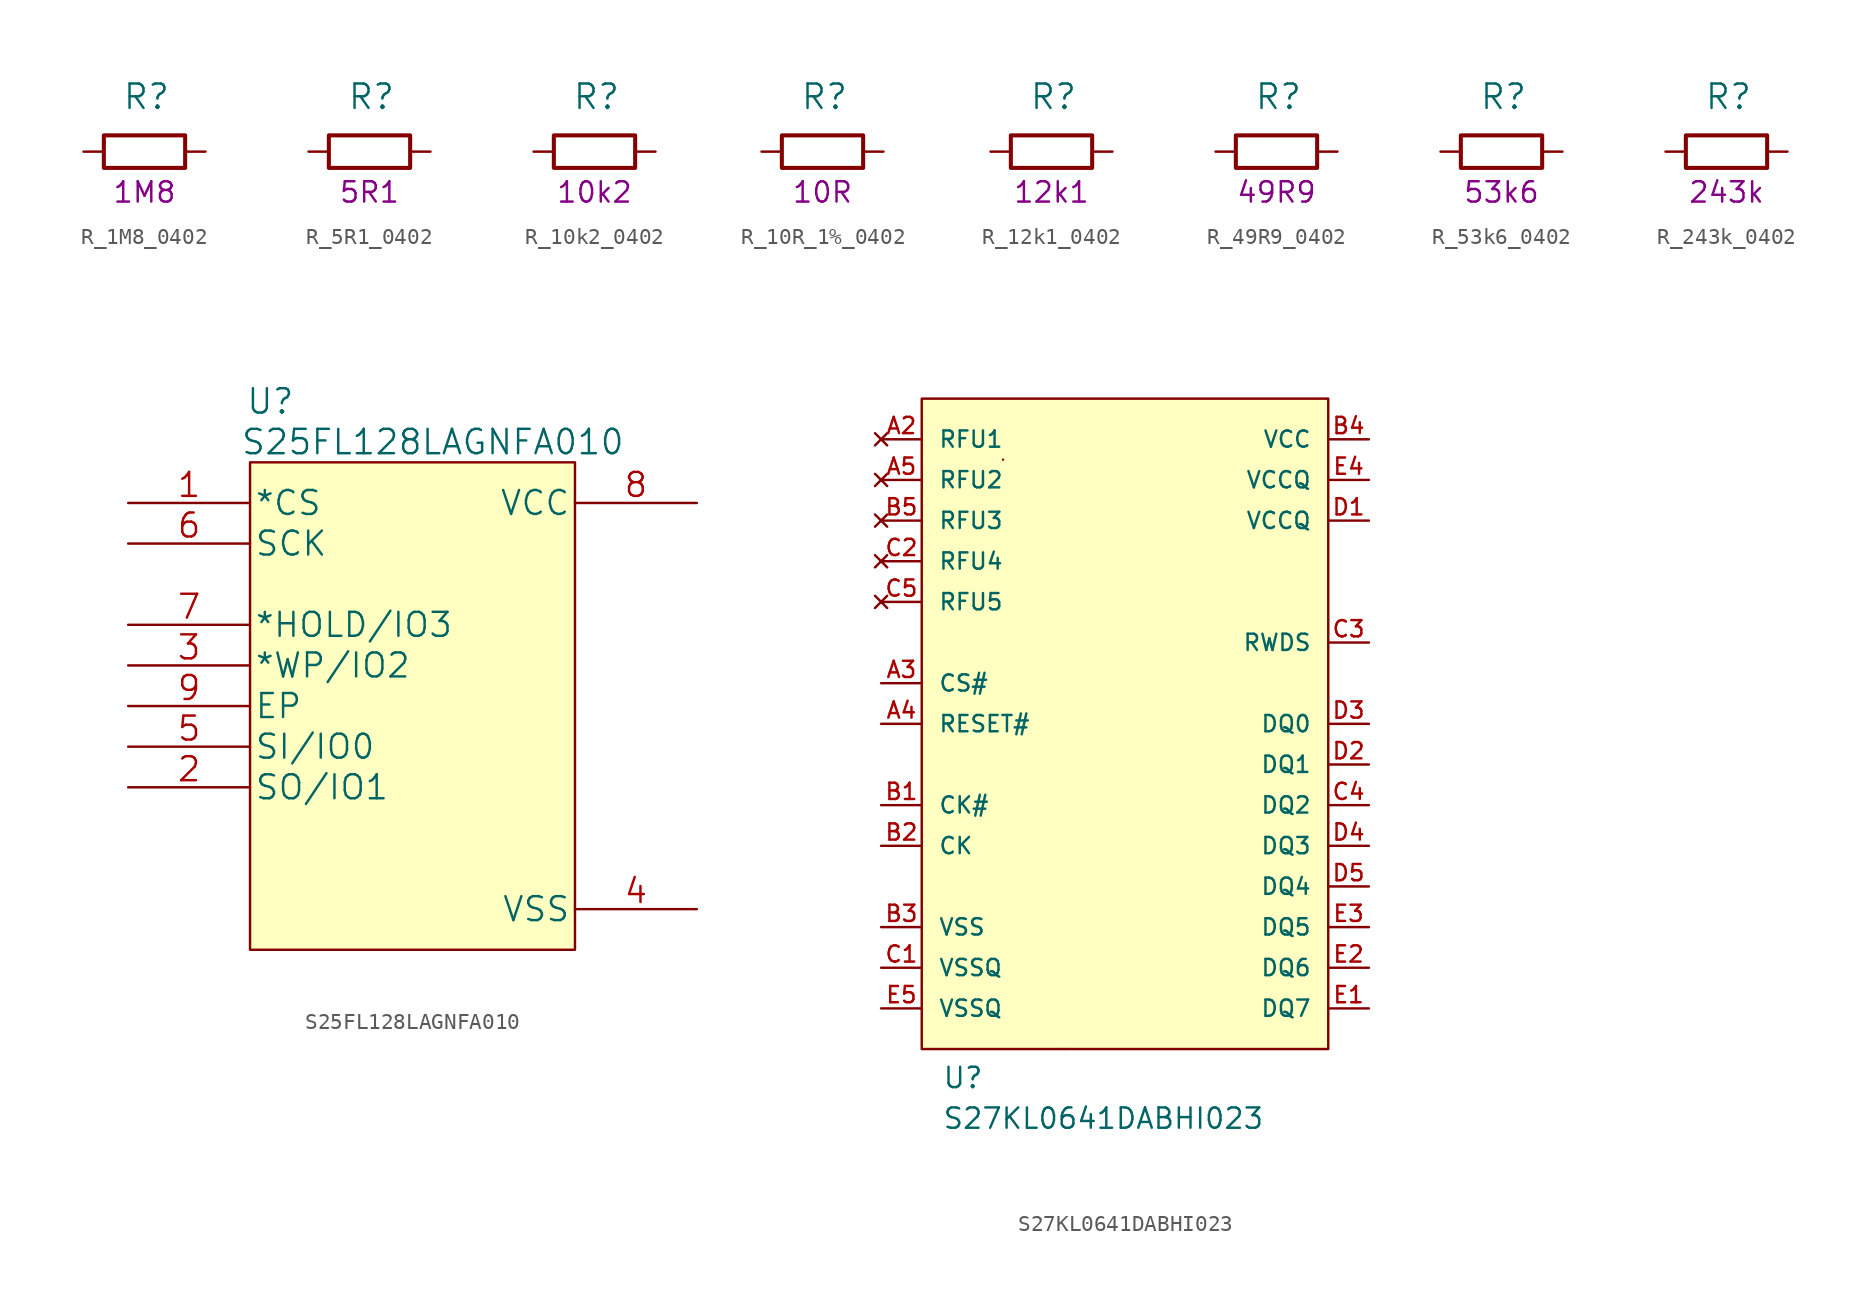
<source format=kicad_sym>
(kicad_symbol_lib
  (version 20211014)
  (generator kicad_symbol_editor)
  (symbol "R_1M8_0402"
    (pin_names
      (offset 0))
    (property "Reference" "R"
      (at -1.397 3.429 0)
      (effects (font (size 1.524 1.524)) (justify left)))
    (property "Val" "1M8"
      (at 0 -2.54 0)
      (effects (font (size 1.27 1.27))))
    (symbol "R_1M8_0402_1_1"
      (rectangle (start 2.54 -1.016) (end -2.54 1.016) (stroke (width 0.254) (type default) (color 0 0 0 0)) (fill (type none)))
      (pin passive line (at -3.81 0 0) (length 1.27) (name "~" (effects (font (size 0 0)))) (number "1" (effects (font (size 0 0)))))
      (pin passive line (at 3.81 0 180) (length 1.27) (name "~" (effects (font (size 0 0)))) (number "2" (effects (font (size 0 0)))))))
  (symbol "R_5R1_0402"
    (pin_names
      (offset 0))
    (property "Reference" "R"
      (at -1.397 3.429 0)
      (effects (font (size 1.524 1.524)) (justify left)))
    (property "Val" "5R1"
      (at 0 -2.54 0)
      (effects (font (size 1.27 1.27))))
    (symbol "R_5R1_0402_1_1"
      (rectangle (start 2.54 -1.016) (end -2.54 1.016) (stroke (width 0.254) (type default) (color 0 0 0 0)) (fill (type none)))
      (pin passive line (at -3.81 0 0) (length 1.27) (name "~" (effects (font (size 0 0)))) (number "1" (effects (font (size 0 0)))))
      (pin passive line (at 3.81 0 180) (length 1.27) (name "~" (effects (font (size 0 0)))) (number "2" (effects (font (size 0 0)))))))
  (symbol "R_10k2_0402"
    (pin_names
      (offset 0))
    (property "Reference" "R"
      (at -1.397 3.429 0)
      (effects (font (size 1.524 1.524)) (justify left)))
    (property "Val" "10k2"
      (at 0 -2.54 0)
      (effects (font (size 1.27 1.27))))
    (symbol "R_10k2_0402_1_1"
      (rectangle (start 2.54 -1.016) (end -2.54 1.016) (stroke (width 0.254) (type default) (color 0 0 0 0)) (fill (type none)))
      (pin passive line (at -3.81 0 0) (length 1.27) (name "~" (effects (font (size 0 0)))) (number "1" (effects (font (size 0 0)))))
      (pin passive line (at 3.81 0 180) (length 1.27) (name "~" (effects (font (size 0 0)))) (number "2" (effects (font (size 0 0)))))))
  (symbol "R_10R_1%_0402"
    (pin_names
      (offset 0))
    (property "Reference" "R"
      (at -1.397 3.429 0)
      (effects (font (size 1.524 1.524)) (justify left)))
    (property "Val" "10R"
      (at 0 -2.54 0)
      (effects (font (size 1.27 1.27))))
    (symbol "R_10R_1%_0402_1_1"
      (rectangle (start 2.54 -1.016) (end -2.54 1.016) (stroke (width 0.254) (type default) (color 0 0 0 0)) (fill (type none)))
      (pin passive line (at -3.81 0 0) (length 1.27) (name "~" (effects (font (size 0 0)))) (number "1" (effects (font (size 0 0)))))
      (pin passive line (at 3.81 0 180) (length 1.27) (name "~" (effects (font (size 0 0)))) (number "2" (effects (font (size 0 0)))))))
  (symbol "R_12k1_0402"
    (pin_names
      (offset 0))
    (property "Reference" "R"
      (at -1.397 3.429 0)
      (effects (font (size 1.524 1.524)) (justify left)))
    (property "Val" "12k1"
      (at 0 -2.54 0)
      (effects (font (size 1.27 1.27))))
    (symbol "R_12k1_0402_1_1"
      (rectangle (start 2.54 -1.016) (end -2.54 1.016) (stroke (width 0.254) (type default) (color 0 0 0 0)) (fill (type none)))
      (pin passive line (at -3.81 0 0) (length 1.27) (name "~" (effects (font (size 0 0)))) (number "1" (effects (font (size 0 0)))))
      (pin passive line (at 3.81 0 180) (length 1.27) (name "~" (effects (font (size 0 0)))) (number "2" (effects (font (size 0 0)))))))
  (symbol "R_49R9_0402"
    (pin_names
      (offset 0))
    (property "Reference" "R"
      (at -1.397 3.429 0)
      (effects (font (size 1.524 1.524)) (justify left)))
    (property "Val" "49R9"
      (at 0 -2.54 0)
      (effects (font (size 1.27 1.27))))
    (symbol "R_49R9_0402_1_1"
      (rectangle (start 2.54 -1.016) (end -2.54 1.016) (stroke (width 0.254) (type default) (color 0 0 0 0)) (fill (type none)))
      (pin passive line (at -3.81 0 0) (length 1.27) (name "~" (effects (font (size 0 0)))) (number "1" (effects (font (size 0 0)))))
      (pin passive line (at 3.81 0 180) (length 1.27) (name "~" (effects (font (size 0 0)))) (number "2" (effects (font (size 0 0)))))))
  (symbol "R_53k6_0402"
    (pin_names
      (offset 0))
    (property "Reference" "R"
      (at -1.397 3.429 0)
      (effects (font (size 1.524 1.524)) (justify left)))
    (property "Val" "53k6"
      (at 0 -2.54 0)
      (effects (font (size 1.27 1.27))))
    (symbol "R_53k6_0402_1_1"
      (rectangle (start 2.54 -1.016) (end -2.54 1.016) (stroke (width 0.254) (type default) (color 0 0 0 0)) (fill (type none)))
      (pin passive line (at -3.81 0 0) (length 1.27) (name "~" (effects (font (size 0 0)))) (number "1" (effects (font (size 0 0)))))
      (pin passive line (at 3.81 0 180) (length 1.27) (name "~" (effects (font (size 0 0)))) (number "2" (effects (font (size 0 0)))))))
  (symbol "R_243k_0402"
    (pin_names
      (offset 0))
    (property "Reference" "R"
      (at -1.397 3.429 0)
      (effects (font (size 1.524 1.524)) (justify left)))
    (property "Val" "243k"
      (at 0 -2.54 0)
      (effects (font (size 1.27 1.27))))
    (symbol "R_243k_0402_1_1"
      (rectangle (start 2.54 -1.016) (end -2.54 1.016) (stroke (width 0.254) (type default) (color 0 0 0 0)) (fill (type none)))
      (pin passive line (at -3.81 0 0) (length 1.27) (name "~" (effects (font (size 0 0)))) (number "1" (effects (font (size 0 0)))))
      (pin passive line (at 3.81 0 180) (length 1.27) (name "~" (effects (font (size 0 0)))) (number "2" (effects (font (size 0 0)))))))
  (symbol "S25FL128LAGNFA010"
    (pin_names
      (offset 0.254))
    (property "Reference" "U"
      (at 8.89 6.35 0)
      (effects (font (size 1.524 1.524))))
    (property "Value" "S25FL128LAGNFA010"
      (at 19.05 3.81 0)
      (effects (font (size 1.524 1.524))))
    (symbol "S25FL128LAGNFA010_1_1"
      (rectangle (start 7.62 2.54) (end 27.94 -27.94) (stroke (width 0) (type default) (color 0 0 0 0)) (fill (type background)))
      (pin input line (at 0 0 0) (length 7.62) (name "*CS" (effects (font (size 1.499 1.499)))) (number "1" (effects (font (size 1.499 1.499)))))
      (pin bidirectional line (at 0 -17.78 0) (length 7.62) (name "SO/IO1" (effects (font (size 1.499 1.499)))) (number "2" (effects (font (size 1.499 1.499)))))
      (pin bidirectional line (at 0 -10.16 0) (length 7.62) (name "*WP/IO2" (effects (font (size 1.499 1.499)))) (number "3" (effects (font (size 1.499 1.499)))))
      (pin power_in line (at 35.56 -25.4 180) (length 7.62) (name "VSS" (effects (font (size 1.499 1.499)))) (number "4" (effects (font (size 1.499 1.499)))))
      (pin bidirectional line (at 0 -15.24 0) (length 7.62) (name "SI/IO0" (effects (font (size 1.499 1.499)))) (number "5" (effects (font (size 1.499 1.499)))))
      (pin input line (at 0 -2.54 0) (length 7.62) (name "SCK" (effects (font (size 1.499 1.499)))) (number "6" (effects (font (size 1.499 1.499)))))
      (pin bidirectional line (at 0 -7.62 0) (length 7.62) (name "*HOLD/IO3" (effects (font (size 1.499 1.499)))) (number "7" (effects (font (size 1.499 1.499)))))
      (pin power_in line (at 35.56 0 180) (length 7.62) (name "VCC" (effects (font (size 1.499 1.499)))) (number "8" (effects (font (size 1.499 1.499)))))
      (pin unspecified line (at 0 -12.7 0) (length 7.62) (name "EP" (effects (font (size 1.499 1.499)))) (number "9" (effects (font (size 1.499 1.499)))))))
  (symbol "S27KL0641DABHI023"
    (pin_names
      (offset 1.016))
    (property "Reference" "U"
      (at -11.43 -22.86 0)
      (effects (font (size 1.27 1.27)) (justify left bottom)))
    (property "Value" "S27KL0641DABHI023"
      (at -11.43 -25.4 0)
      (effects (font (size 1.27 1.27)) (justify left bottom)))
    (symbol "S27KL0641DABHI023_0_0"
      (pin power_in line (at -15.24 -12.7 0) (length 2.54) (name "VSS" (effects (font (size 1.016 1.016)))) (number "B3" (effects (font (size 1.016 1.016)))))
      (pin power_in line (at 15.24 17.78 180) (length 2.54) (name "VCC" (effects (font (size 1.016 1.016)))) (number "B4" (effects (font (size 1.016 1.016)))))
      (pin no_connect line (at -15.24 12.7 0) (length 2.54) (name "RFU3" (effects (font (size 1.016 1.016)))) (number "B5" (effects (font (size 1.016 1.016)))))
      (pin power_in line (at -15.24 -15.24 0) (length 2.54) (name "VSSQ" (effects (font (size 1.016 1.016)))) (number "C1" (effects (font (size 1.016 1.016)))))
      (pin no_connect line (at -15.24 10.16 0) (length 2.54) (name "RFU4" (effects (font (size 1.016 1.016)))) (number "C2" (effects (font (size 1.016 1.016)))))
      (pin bidirectional line (at 15.24 5.08 180) (length 2.54) (name "RWDS" (effects (font (size 1.016 1.016)))) (number "C3" (effects (font (size 1.016 1.016)))))
      (pin bidirectional line (at 15.24 -5.08 180) (length 2.54) (name "DQ2" (effects (font (size 1.016 1.016)))) (number "C4" (effects (font (size 1.016 1.016)))))
      (pin no_connect line (at -15.24 7.62 0) (length 2.54) (name "RFU5" (effects (font (size 1.016 1.016)))) (number "C5" (effects (font (size 1.016 1.016)))))
      (pin power_in line (at 15.24 12.7 180) (length 2.54) (name "VCCQ" (effects (font (size 1.016 1.016)))) (number "D1" (effects (font (size 1.016 1.016)))))
      (pin bidirectional line (at 15.24 -2.54 180) (length 2.54) (name "DQ1" (effects (font (size 1.016 1.016)))) (number "D2" (effects (font (size 1.016 1.016)))))
      (pin bidirectional line (at 15.24 0 180) (length 2.54) (name "DQ0" (effects (font (size 1.016 1.016)))) (number "D3" (effects (font (size 1.016 1.016)))))
      (pin bidirectional line (at 15.24 -7.62 180) (length 2.54) (name "DQ3" (effects (font (size 1.016 1.016)))) (number "D4" (effects (font (size 1.016 1.016)))))
      (pin bidirectional line (at 15.24 -10.16 180) (length 2.54) (name "DQ4" (effects (font (size 1.016 1.016)))) (number "D5" (effects (font (size 1.016 1.016)))))
      (pin bidirectional line (at 15.24 -17.78 180) (length 2.54) (name "DQ7" (effects (font (size 1.016 1.016)))) (number "E1" (effects (font (size 1.016 1.016)))))
      (pin bidirectional line (at 15.24 -15.24 180) (length 2.54) (name "DQ6" (effects (font (size 1.016 1.016)))) (number "E2" (effects (font (size 1.016 1.016)))))
      (pin bidirectional line (at 15.24 -12.7 180) (length 2.54) (name "DQ5" (effects (font (size 1.016 1.016)))) (number "E3" (effects (font (size 1.016 1.016)))))
      (pin power_in line (at 15.24 15.24 180) (length 2.54) (name "VCCQ" (effects (font (size 1.016 1.016)))) (number "E4" (effects (font (size 1.016 1.016)))))
      (pin power_in line (at -15.24 -17.78 0) (length 2.54) (name "VSSQ" (effects (font (size 1.016 1.016)))) (number "E5" (effects (font (size 1.016 1.016))))))
    (symbol "S27KL0641DABHI023_0_1"
      (rectangle (start -12.7 20.32) (end 12.7 -20.32) (stroke (width 0) (type default) (color 0 0 0 0)) (fill (type background)))
      (rectangle (start -7.62 16.51) (end -7.62 16.51) (stroke (width 0) (type default) (color 0 0 0 0)) (fill (type none)))
      (rectangle (start -3.81 -20.32) (end -3.81 -20.32) (stroke (width 0) (type default) (color 0 0 0 0)) (fill (type none))))
    (symbol "S27KL0641DABHI023_1_1"
      (pin no_connect line (at -15.24 17.78 0) (length 2.54) (name "RFU1" (effects (font (size 1.016 1.016)))) (number "A2" (effects (font (size 1.016 1.016)))))
      (pin input line (at -15.24 2.54 0) (length 2.54) (name "CS#" (effects (font (size 1.016 1.016)))) (number "A3" (effects (font (size 1.016 1.016)))))
      (pin input line (at -15.24 0 0) (length 2.54) (name "RESET#" (effects (font (size 1.016 1.016)))) (number "A4" (effects (font (size 1.016 1.016)))))
      (pin no_connect line (at -15.24 15.24 0) (length 2.54) (name "RFU2" (effects (font (size 1.016 1.016)))) (number "A5" (effects (font (size 1.016 1.016)))))
      (pin input line (at -15.24 -5.08 0) (length 2.54) (name "CK#" (effects (font (size 1.016 1.016)))) (number "B1" (effects (font (size 1.016 1.016)))))
      (pin input line (at -15.24 -7.62 0) (length 2.54) (name "CK" (effects (font (size 1.016 1.016)))) (number "B2" (effects (font (size 1.016 1.016))))))))
</source>
